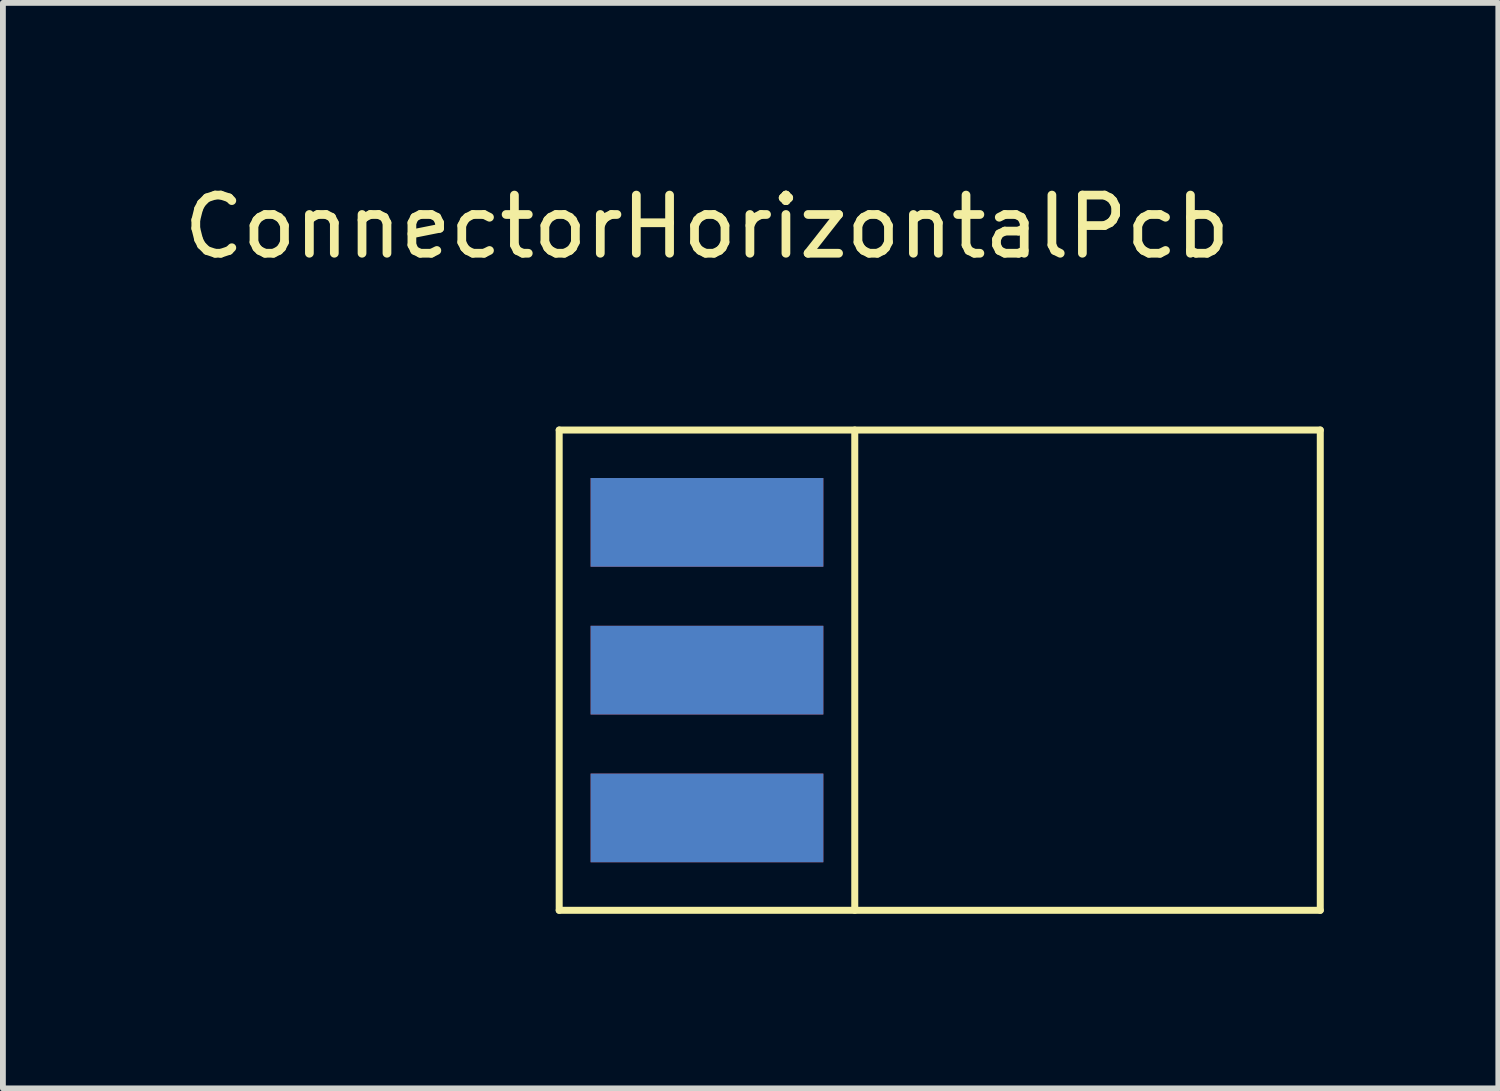
<source format=kicad_pcb>
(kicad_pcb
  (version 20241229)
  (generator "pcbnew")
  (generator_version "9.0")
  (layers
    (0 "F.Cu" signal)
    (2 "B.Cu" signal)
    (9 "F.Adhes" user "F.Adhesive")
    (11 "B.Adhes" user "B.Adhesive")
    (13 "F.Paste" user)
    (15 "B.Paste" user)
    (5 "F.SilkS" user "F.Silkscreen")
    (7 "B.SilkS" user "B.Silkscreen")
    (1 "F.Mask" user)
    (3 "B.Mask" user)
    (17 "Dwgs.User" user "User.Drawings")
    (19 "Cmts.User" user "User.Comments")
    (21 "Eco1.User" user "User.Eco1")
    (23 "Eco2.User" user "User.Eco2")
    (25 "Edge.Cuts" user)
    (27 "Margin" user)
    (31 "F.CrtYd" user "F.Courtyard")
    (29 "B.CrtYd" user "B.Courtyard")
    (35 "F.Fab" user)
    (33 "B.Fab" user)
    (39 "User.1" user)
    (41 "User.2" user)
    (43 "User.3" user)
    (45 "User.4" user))
  (footprint "ConnectorHorizontalPcb"
    (layer "F.Cu")
    (at 9.101 5.928)
    (property "Reference" "ConnectorHorizontalPcb" (at 0 -5.08 0) (layer "F.SilkS") (effects (font (size 1 1) (thickness 0.15))))
    (attr through_hole)
    (fp_line (start -2.54 -1.587) (end -2.54 6.668) (stroke (width 0.12) (type solid)) (layer "F.SilkS"))
    (fp_line (start -2.54 -1.587) (end 10.541 -1.587) (stroke (width 0.12) (type solid)) (layer "F.SilkS"))
    (fp_line (start -2.54 6.668) (end 10.541 6.668) (stroke (width 0.12) (type solid)) (layer "F.SilkS"))
    (fp_line (start 2.54 -1.587) (end 2.54 6.668) (stroke (width 0.12) (type solid)) (layer "F.SilkS"))
    (fp_line (start 10.541 -1.587) (end 10.541 6.668) (stroke (width 0.12) (type solid)) (layer "F.SilkS"))
    (pad "1" smd rect (at 0 0) (size 4 1.524) (layers "F.Cu" "F.Mask" "F.Paste"))
    (pad "2" smd rect (at 0 2.54) (size 4 1.524) (layers "F.Cu" "F.Mask" "F.Paste"))
    (pad "3" smd rect (at 0 5.08) (size 4 1.524) (layers "F.Cu" "F.Mask" "F.Paste"))
    (pad "4" smd rect (at 0 0) (size 4 1.524) (layers "B.Cu" "B.Mask" "B.Paste"))
    (pad "5" smd rect (at 0 2.54) (size 4 1.524) (layers "B.Cu" "B.Mask" "B.Paste"))
    (pad "6" smd rect (at 0 5.08) (size 4 1.524) (layers "B.Cu" "B.Mask" "B.Paste")))
  (gr_rect
    (start -3 -3)
    (end 22.702 15.656)
    (stroke (width 0.1) (type default))
    (fill no)
    (layer "Edge.Cuts")))
</source>
